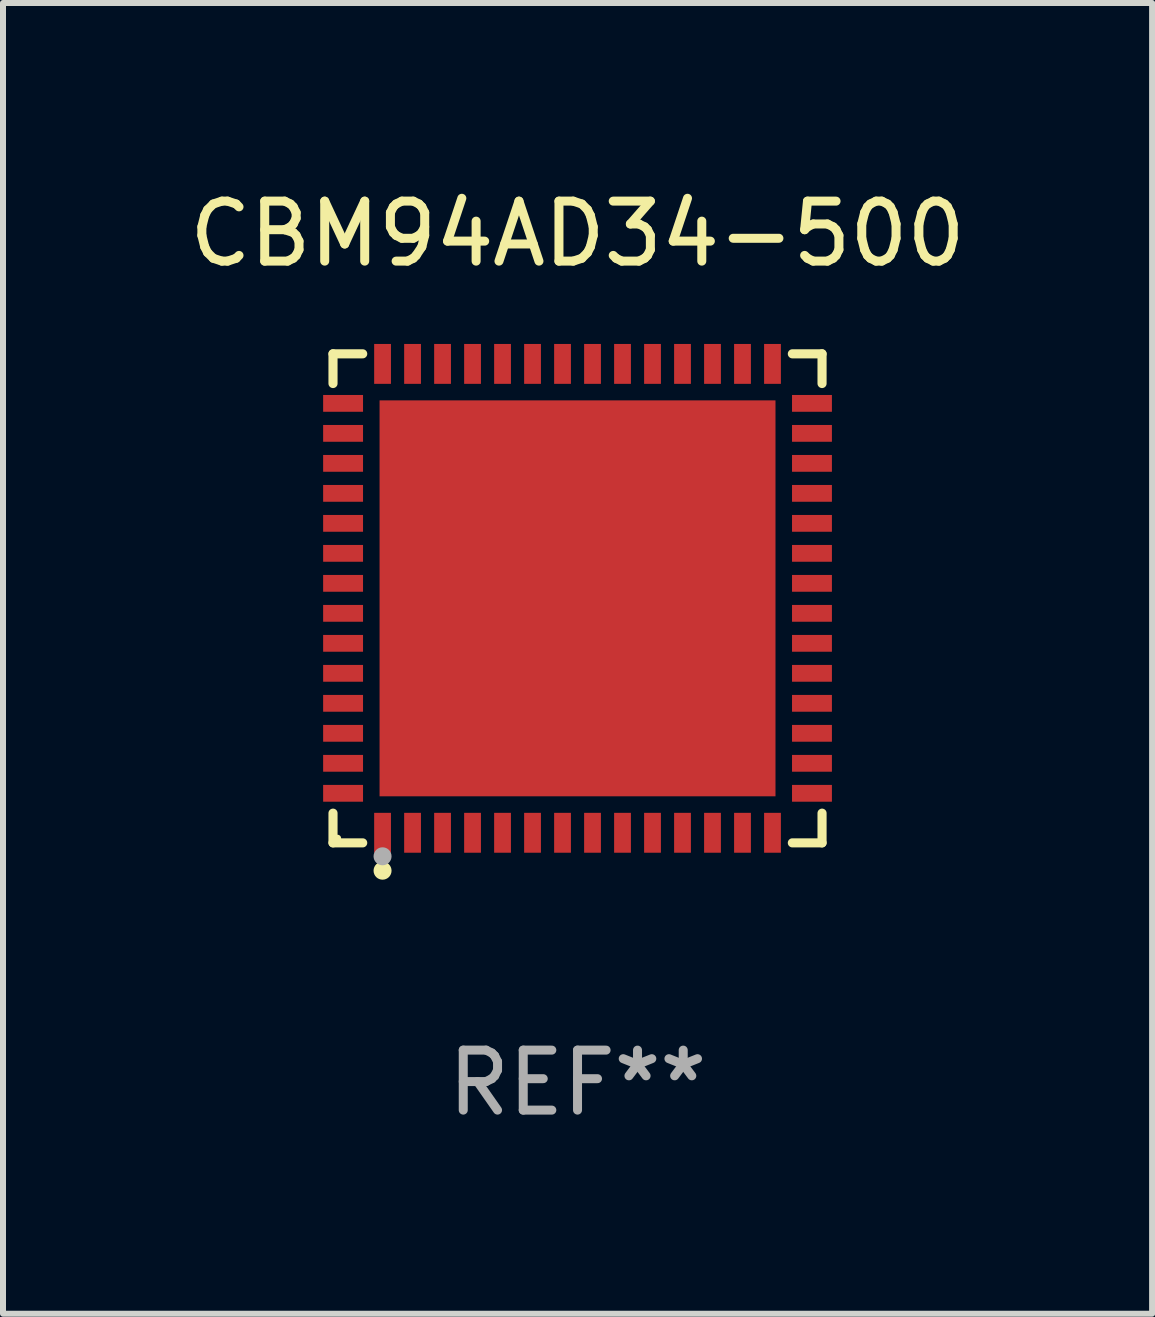
<source format=kicad_pcb>
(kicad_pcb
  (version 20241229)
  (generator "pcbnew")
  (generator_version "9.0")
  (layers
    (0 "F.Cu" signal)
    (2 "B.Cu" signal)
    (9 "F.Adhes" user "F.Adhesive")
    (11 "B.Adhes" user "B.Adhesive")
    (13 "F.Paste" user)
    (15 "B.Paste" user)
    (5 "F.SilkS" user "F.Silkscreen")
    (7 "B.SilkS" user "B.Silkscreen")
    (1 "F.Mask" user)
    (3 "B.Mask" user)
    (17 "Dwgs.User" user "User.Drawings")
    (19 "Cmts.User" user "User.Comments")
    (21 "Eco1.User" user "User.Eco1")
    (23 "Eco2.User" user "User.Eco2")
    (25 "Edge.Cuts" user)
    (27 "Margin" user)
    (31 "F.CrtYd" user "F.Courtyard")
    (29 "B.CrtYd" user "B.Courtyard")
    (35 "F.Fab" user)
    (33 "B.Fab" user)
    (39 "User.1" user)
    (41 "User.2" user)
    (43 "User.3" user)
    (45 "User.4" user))
  (footprint "CBM94AD34-500"
    (layer "F.Cu")
    (at 6.577 6.924)
    (property "Reference" "CBM94AD34-500" (at 0 -6.076 0) (layer "F.SilkS") (effects (font (size 1 1) (thickness 0.15))))
    (attr through_hole)
    (fp_line (start -4.076 -4.076) (end -3.581 -4.076) (stroke (width 0.152) (type solid)) (layer "F.SilkS"))
    (fp_line (start -4.076 -3.581) (end -4.076 -4.076) (stroke (width 0.152) (type solid)) (layer "F.SilkS"))
    (fp_line (start -4.076 3.581) (end -4.076 4.076) (stroke (width 0.152) (type solid)) (layer "F.SilkS"))
    (fp_line (start -4.076 4.076) (end -3.581 4.076) (stroke (width 0.152) (type solid)) (layer "F.SilkS"))
    (fp_line (start 4.076 -4.076) (end 3.581 -4.076) (stroke (width 0.152) (type solid)) (layer "F.SilkS"))
    (fp_line (start 4.076 -3.581) (end 4.076 -4.076) (stroke (width 0.152) (type solid)) (layer "F.SilkS"))
    (fp_line (start 4.076 3.581) (end 4.076 4.076) (stroke (width 0.152) (type solid)) (layer "F.SilkS"))
    (fp_line (start 4.076 4.076) (end 3.581 4.076) (stroke (width 0.152) (type solid)) (layer "F.SilkS"))
    (fp_circle (center -4 4) (end -3.97 4) (stroke (width 0.06) (type solid)) (fill no) (layer "F.SilkS"))
    (fp_circle (center -3.25 4.54) (end -3.175 4.54) (stroke (width 0.15) (type solid)) (fill no) (layer "F.SilkS"))
    (fp_circle (center -3.25 4.3) (end -3.175 4.3) (stroke (width 0.15) (type solid)) (fill no) (layer "F.Fab"))
    (fp_text user "REF**" (at 0 8.076 0) (layer "F.Fab") (effects (font (size 1 1) (thickness 0.15))))
    (pad "1" smd rect (at -3.25 3.908) (size 0.28 0.665) (layers "F.Cu" "F.Mask" "F.Paste"))
    (pad "2" smd rect (at -2.75 3.908) (size 0.28 0.665) (layers "F.Cu" "F.Mask" "F.Paste"))
    (pad "3" smd rect (at -2.25 3.908) (size 0.28 0.665) (layers "F.Cu" "F.Mask" "F.Paste"))
    (pad "4" smd rect (at -1.75 3.908) (size 0.28 0.665) (layers "F.Cu" "F.Mask" "F.Paste"))
    (pad "5" smd rect (at -1.25 3.908) (size 0.28 0.665) (layers "F.Cu" "F.Mask" "F.Paste"))
    (pad "6" smd rect (at -0.75 3.908) (size 0.28 0.665) (layers "F.Cu" "F.Mask" "F.Paste"))
    (pad "7" smd rect (at -0.25 3.908) (size 0.28 0.665) (layers "F.Cu" "F.Mask" "F.Paste"))
    (pad "8" smd rect (at 0.25 3.908) (size 0.28 0.665) (layers "F.Cu" "F.Mask" "F.Paste"))
    (pad "9" smd rect (at 0.75 3.908) (size 0.28 0.665) (layers "F.Cu" "F.Mask" "F.Paste"))
    (pad "10" smd rect (at 1.25 3.908) (size 0.28 0.665) (layers "F.Cu" "F.Mask" "F.Paste"))
    (pad "11" smd rect (at 1.75 3.908) (size 0.28 0.665) (layers "F.Cu" "F.Mask" "F.Paste"))
    (pad "12" smd rect (at 2.25 3.908) (size 0.28 0.665) (layers "F.Cu" "F.Mask" "F.Paste"))
    (pad "13" smd rect (at 2.75 3.908) (size 0.28 0.665) (layers "F.Cu" "F.Mask" "F.Paste"))
    (pad "14" smd rect (at 3.25 3.908) (size 0.28 0.665) (layers "F.Cu" "F.Mask" "F.Paste"))
    (pad "15" smd rect (at 3.908 3.25) (size 0.665 0.28) (layers "F.Cu" "F.Mask" "F.Paste"))
    (pad "16" smd rect (at 3.908 2.75) (size 0.665 0.28) (layers "F.Cu" "F.Mask" "F.Paste"))
    (pad "17" smd rect (at 3.908 2.25) (size 0.665 0.28) (layers "F.Cu" "F.Mask" "F.Paste"))
    (pad "18" smd rect (at 3.908 1.75) (size 0.665 0.28) (layers "F.Cu" "F.Mask" "F.Paste"))
    (pad "19" smd rect (at 3.908 1.25) (size 0.665 0.28) (layers "F.Cu" "F.Mask" "F.Paste"))
    (pad "20" smd rect (at 3.908 0.75) (size 0.665 0.28) (layers "F.Cu" "F.Mask" "F.Paste"))
    (pad "21" smd rect (at 3.908 0.25) (size 0.665 0.28) (layers "F.Cu" "F.Mask" "F.Paste"))
    (pad "22" smd rect (at 3.908 -0.25) (size 0.665 0.28) (layers "F.Cu" "F.Mask" "F.Paste"))
    (pad "23" smd rect (at 3.908 -0.75) (size 0.665 0.28) (layers "F.Cu" "F.Mask" "F.Paste"))
    (pad "24" smd rect (at 3.908 -1.25) (size 0.665 0.28) (layers "F.Cu" "F.Mask" "F.Paste"))
    (pad "25" smd rect (at 3.908 -1.75) (size 0.665 0.28) (layers "F.Cu" "F.Mask" "F.Paste"))
    (pad "26" smd rect (at 3.908 -2.25) (size 0.665 0.28) (layers "F.Cu" "F.Mask" "F.Paste"))
    (pad "27" smd rect (at 3.908 -2.75) (size 0.665 0.28) (layers "F.Cu" "F.Mask" "F.Paste"))
    (pad "28" smd rect (at 3.908 -3.25) (size 0.665 0.28) (layers "F.Cu" "F.Mask" "F.Paste"))
    (pad "29" smd rect (at 3.25 -3.908) (size 0.28 0.665) (layers "F.Cu" "F.Mask" "F.Paste"))
    (pad "30" smd rect (at 2.75 -3.908) (size 0.28 0.665) (layers "F.Cu" "F.Mask" "F.Paste"))
    (pad "31" smd rect (at 2.25 -3.908) (size 0.28 0.665) (layers "F.Cu" "F.Mask" "F.Paste"))
    (pad "32" smd rect (at 1.75 -3.908) (size 0.28 0.665) (layers "F.Cu" "F.Mask" "F.Paste"))
    (pad "33" smd rect (at 1.25 -3.908) (size 0.28 0.665) (layers "F.Cu" "F.Mask" "F.Paste"))
    (pad "34" smd rect (at 0.75 -3.908) (size 0.28 0.665) (layers "F.Cu" "F.Mask" "F.Paste"))
    (pad "35" smd rect (at 0.25 -3.908) (size 0.28 0.665) (layers "F.Cu" "F.Mask" "F.Paste"))
    (pad "36" smd rect (at -0.25 -3.908) (size 0.28 0.665) (layers "F.Cu" "F.Mask" "F.Paste"))
    (pad "37" smd rect (at -0.75 -3.908) (size 0.28 0.665) (layers "F.Cu" "F.Mask" "F.Paste"))
    (pad "38" smd rect (at -1.25 -3.908) (size 0.28 0.665) (layers "F.Cu" "F.Mask" "F.Paste"))
    (pad "39" smd rect (at -1.75 -3.908) (size 0.28 0.665) (layers "F.Cu" "F.Mask" "F.Paste"))
    (pad "40" smd rect (at -2.25 -3.908) (size 0.28 0.665) (layers "F.Cu" "F.Mask" "F.Paste"))
    (pad "41" smd rect (at -2.75 -3.908) (size 0.28 0.665) (layers "F.Cu" "F.Mask" "F.Paste"))
    (pad "42" smd rect (at -3.25 -3.908) (size 0.28 0.665) (layers "F.Cu" "F.Mask" "F.Paste"))
    (pad "43" smd rect (at -3.908 -3.25) (size 0.665 0.28) (layers "F.Cu" "F.Mask" "F.Paste"))
    (pad "44" smd rect (at -3.908 -2.75) (size 0.665 0.28) (layers "F.Cu" "F.Mask" "F.Paste"))
    (pad "45" smd rect (at -3.908 -2.25) (size 0.665 0.28) (layers "F.Cu" "F.Mask" "F.Paste"))
    (pad "46" smd rect (at -3.908 -1.75) (size 0.665 0.28) (layers "F.Cu" "F.Mask" "F.Paste"))
    (pad "47" smd rect (at -3.908 -1.25) (size 0.665 0.28) (layers "F.Cu" "F.Mask" "F.Paste"))
    (pad "48" smd rect (at -3.908 -0.75) (size 0.665 0.28) (layers "F.Cu" "F.Mask" "F.Paste"))
    (pad "49" smd rect (at -3.908 -0.25) (size 0.665 0.28) (layers "F.Cu" "F.Mask" "F.Paste"))
    (pad "50" smd rect (at -3.908 0.25) (size 0.665 0.28) (layers "F.Cu" "F.Mask" "F.Paste"))
    (pad "51" smd rect (at -3.908 0.75) (size 0.665 0.28) (layers "F.Cu" "F.Mask" "F.Paste"))
    (pad "52" smd rect (at -3.908 1.25) (size 0.665 0.28) (layers "F.Cu" "F.Mask" "F.Paste"))
    (pad "53" smd rect (at -3.908 1.75) (size 0.665 0.28) (layers "F.Cu" "F.Mask" "F.Paste"))
    (pad "54" smd rect (at -3.908 2.25) (size 0.665 0.28) (layers "F.Cu" "F.Mask" "F.Paste"))
    (pad "55" smd rect (at -3.908 2.75) (size 0.665 0.28) (layers "F.Cu" "F.Mask" "F.Paste"))
    (pad "56" smd rect (at -3.908 3.25) (size 0.665 0.28) (layers "F.Cu" "F.Mask" "F.Paste"))
    (pad "57" smd rect (at 0 0) (size 6.6 6.6) (layers "F.Cu" "F.Mask" "F.Paste")))
  (gr_rect
    (start -3 -3)
    (end 16.155 18.849)
    (stroke (width 0.1) (type default))
    (fill no)
    (layer "Edge.Cuts")))
</source>
